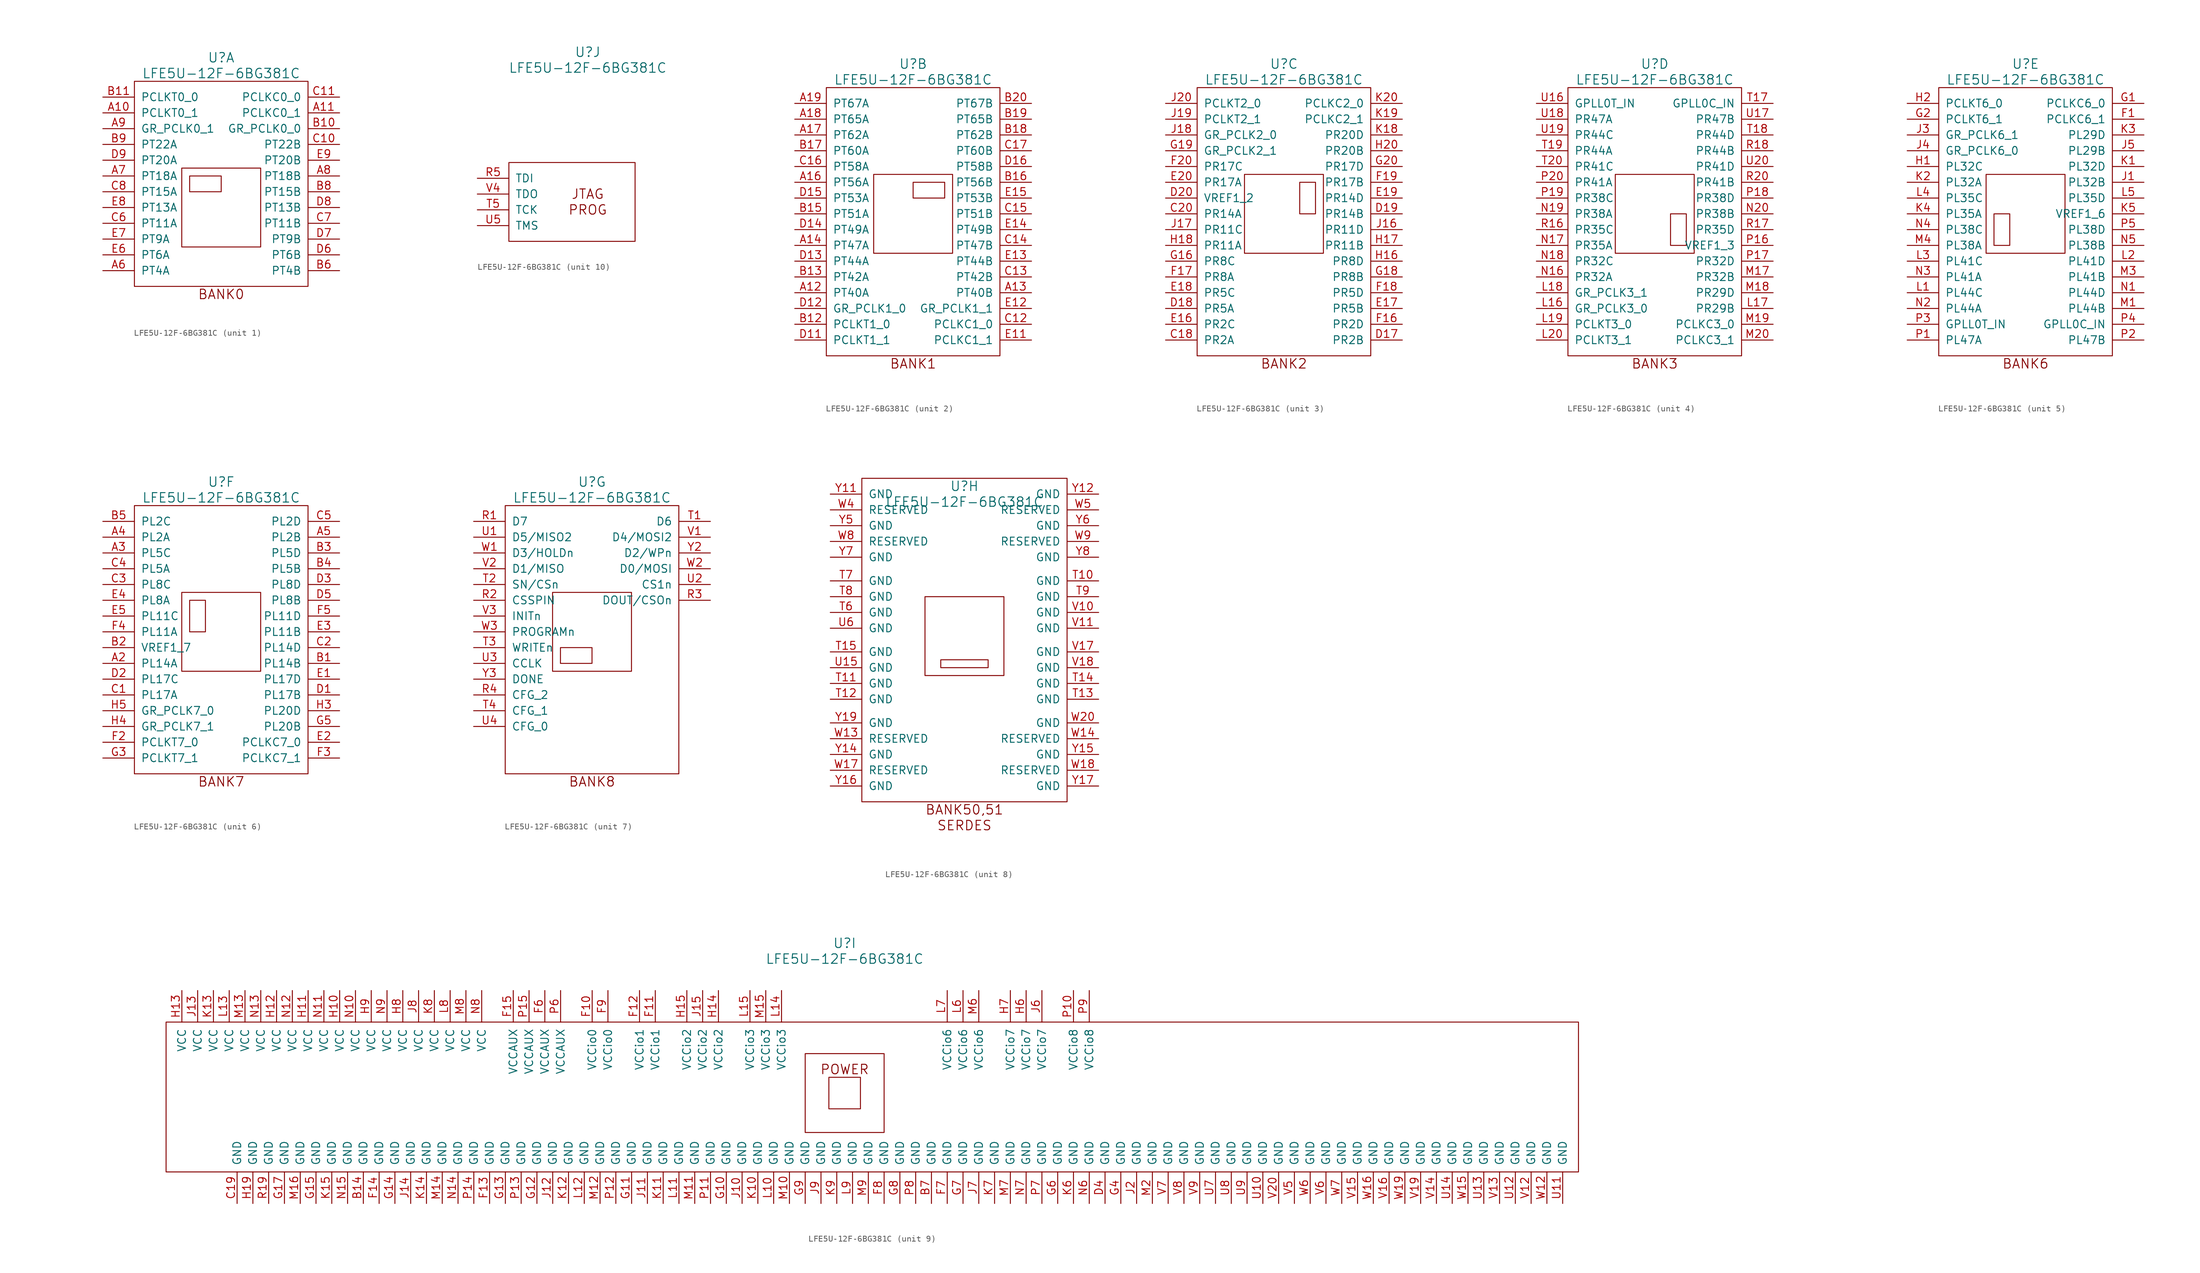
<source format=kicad_sym>
(kicad_symbol_lib
  (version 20241209)
  (generator "kicad_symbol_editor")
  (generator_version "9.0")
  (symbol "LFE5U-12F-6BG381C"
    (pin_names
      (offset 1.016))
    (property "Reference" "U"
      (at 0 24.13 0)
      (effects (font (size 1.524 1.524))))
    (property "Value" "LFE5U-12F-6BG381C"
      (at 0 21.59 0)
      (effects (font (size 1.524 1.524))))
    (property "Footprint" ""
      (at -26.67 24.13 0)
      (effects (font (size 1.524 1.524))))
    (property "Datasheet" ""
      (at -26.67 24.13 0)
      (effects (font (size 1.524 1.524))))
    (property "ki_locked" ""
      (at 0 0 0)
      (effects (font (size 1.27 1.27))))
    (symbol "LFE5U-12F-6BG381C_1_1"
      (rectangle (start -13.97 20.32) (end 13.97 -12.7) (stroke (width 0) (type solid)) (fill (type none)))
      (rectangle (start -6.35 6.35) (end 6.35 -6.35) (stroke (width 0) (type solid)) (fill (type none)))
      (rectangle (start -5.08 5.08) (end 0 2.54) (stroke (width 0) (type solid)) (fill (type none)))
      (text "BANK0" (at 0 -13.97 0) (effects (font (size 1.524 1.524))))
      (pin input line (at -19.05 17.78 0) (length 5.08) (name "PCLKT0_0" (effects (font (size 1.27 1.27)))) (number "B11" (effects (font (size 1.27 1.27)))))
      (pin input line (at -19.05 15.24 0) (length 5.08) (name "PCLKT0_1" (effects (font (size 1.27 1.27)))) (number "A10" (effects (font (size 1.27 1.27)))))
      (pin input line (at -19.05 12.7 0) (length 5.08) (name "GR_PCLK0_1" (effects (font (size 1.27 1.27)))) (number "A9" (effects (font (size 1.27 1.27)))))
      (pin input line (at -19.05 10.16 0) (length 5.08) (name "PT22A" (effects (font (size 1.27 1.27)))) (number "B9" (effects (font (size 1.27 1.27)))))
      (pin input line (at -19.05 7.62 0) (length 5.08) (name "PT20A" (effects (font (size 1.27 1.27)))) (number "D9" (effects (font (size 1.27 1.27)))))
      (pin input line (at -19.05 5.08 0) (length 5.08) (name "PT18A" (effects (font (size 1.27 1.27)))) (number "A7" (effects (font (size 1.27 1.27)))))
      (pin input line (at -19.05 2.54 0) (length 5.08) (name "PT15A" (effects (font (size 1.27 1.27)))) (number "C8" (effects (font (size 1.27 1.27)))))
      (pin input line (at -19.05 0 0) (length 5.08) (name "PT13A" (effects (font (size 1.27 1.27)))) (number "E8" (effects (font (size 1.27 1.27)))))
      (pin input line (at -19.05 -2.54 0) (length 5.08) (name "PT11A" (effects (font (size 1.27 1.27)))) (number "C6" (effects (font (size 1.27 1.27)))))
      (pin input line (at -19.05 -5.08 0) (length 5.08) (name "PT9A" (effects (font (size 1.27 1.27)))) (number "E7" (effects (font (size 1.27 1.27)))))
      (pin input line (at -19.05 -7.62 0) (length 5.08) (name "PT6A" (effects (font (size 1.27 1.27)))) (number "E6" (effects (font (size 1.27 1.27)))))
      (pin input line (at -19.05 -10.16 0) (length 5.08) (name "PT4A" (effects (font (size 1.27 1.27)))) (number "A6" (effects (font (size 1.27 1.27)))))
      (pin input line (at 19.05 17.78 180) (length 5.08) (name "PCLKC0_0" (effects (font (size 1.27 1.27)))) (number "C11" (effects (font (size 1.27 1.27)))))
      (pin input line (at 19.05 15.24 180) (length 5.08) (name "PCLKC0_1" (effects (font (size 1.27 1.27)))) (number "A11" (effects (font (size 1.27 1.27)))))
      (pin input line (at 19.05 12.7 180) (length 5.08) (name "GR_PCLK0_0" (effects (font (size 1.27 1.27)))) (number "B10" (effects (font (size 1.27 1.27)))))
      (pin input line (at 19.05 10.16 180) (length 5.08) (name "PT22B" (effects (font (size 1.27 1.27)))) (number "C10" (effects (font (size 1.27 1.27)))))
      (pin input line (at 19.05 7.62 180) (length 5.08) (name "PT20B" (effects (font (size 1.27 1.27)))) (number "E9" (effects (font (size 1.27 1.27)))))
      (pin input line (at 19.05 5.08 180) (length 5.08) (name "PT18B" (effects (font (size 1.27 1.27)))) (number "A8" (effects (font (size 1.27 1.27)))))
      (pin input line (at 19.05 2.54 180) (length 5.08) (name "PT15B" (effects (font (size 1.27 1.27)))) (number "B8" (effects (font (size 1.27 1.27)))))
      (pin input line (at 19.05 0 180) (length 5.08) (name "PT13B" (effects (font (size 1.27 1.27)))) (number "D8" (effects (font (size 1.27 1.27)))))
      (pin input line (at 19.05 -2.54 180) (length 5.08) (name "PT11B" (effects (font (size 1.27 1.27)))) (number "C7" (effects (font (size 1.27 1.27)))))
      (pin input line (at 19.05 -5.08 180) (length 5.08) (name "PT9B" (effects (font (size 1.27 1.27)))) (number "D7" (effects (font (size 1.27 1.27)))))
      (pin input line (at 19.05 -7.62 180) (length 5.08) (name "PT6B" (effects (font (size 1.27 1.27)))) (number "D6" (effects (font (size 1.27 1.27)))))
      (pin input line (at 19.05 -10.16 180) (length 5.08) (name "PT4B" (effects (font (size 1.27 1.27)))) (number "B6" (effects (font (size 1.27 1.27))))))
    (symbol "LFE5U-12F-6BG381C_2_0"
      (text "BANK1" (at 0 -24.13 0) (effects (font (size 1.524 1.524)))))
    (symbol "LFE5U-12F-6BG381C_2_1"
      (rectangle (start -13.97 20.32) (end 13.97 -22.86) (stroke (width 0) (type solid)) (fill (type none)))
      (rectangle (start -6.35 6.35) (end 6.35 -6.35) (stroke (width 0) (type solid)) (fill (type none)))
      (rectangle (start 0 5.08) (end 5.08 2.54) (stroke (width 0) (type solid)) (fill (type none)))
      (pin input line (at -19.05 17.78 0) (length 5.08) (name "PT67A" (effects (font (size 1.27 1.27)))) (number "A19" (effects (font (size 1.27 1.27)))))
      (pin input line (at -19.05 15.24 0) (length 5.08) (name "PT65A" (effects (font (size 1.27 1.27)))) (number "A18" (effects (font (size 1.27 1.27)))))
      (pin input line (at -19.05 12.7 0) (length 5.08) (name "PT62A" (effects (font (size 1.27 1.27)))) (number "A17" (effects (font (size 1.27 1.27)))))
      (pin input line (at -19.05 10.16 0) (length 5.08) (name "PT60A" (effects (font (size 1.27 1.27)))) (number "B17" (effects (font (size 1.27 1.27)))))
      (pin input line (at -19.05 7.62 0) (length 5.08) (name "PT58A" (effects (font (size 1.27 1.27)))) (number "C16" (effects (font (size 1.27 1.27)))))
      (pin input line (at -19.05 5.08 0) (length 5.08) (name "PT56A" (effects (font (size 1.27 1.27)))) (number "A16" (effects (font (size 1.27 1.27)))))
      (pin input line (at -19.05 2.54 0) (length 5.08) (name "PT53A" (effects (font (size 1.27 1.27)))) (number "D15" (effects (font (size 1.27 1.27)))))
      (pin input line (at -19.05 0 0) (length 5.08) (name "PT51A" (effects (font (size 1.27 1.27)))) (number "B15" (effects (font (size 1.27 1.27)))))
      (pin input line (at -19.05 -2.54 0) (length 5.08) (name "PT49A" (effects (font (size 1.27 1.27)))) (number "D14" (effects (font (size 1.27 1.27)))))
      (pin input line (at -19.05 -5.08 0) (length 5.08) (name "PT47A" (effects (font (size 1.27 1.27)))) (number "A14" (effects (font (size 1.27 1.27)))))
      (pin input line (at -19.05 -7.62 0) (length 5.08) (name "PT44A" (effects (font (size 1.27 1.27)))) (number "D13" (effects (font (size 1.27 1.27)))))
      (pin input line (at -19.05 -10.16 0) (length 5.08) (name "PT42A" (effects (font (size 1.27 1.27)))) (number "B13" (effects (font (size 1.27 1.27)))))
      (pin input line (at -19.05 -12.7 0) (length 5.08) (name "PT40A" (effects (font (size 1.27 1.27)))) (number "A12" (effects (font (size 1.27 1.27)))))
      (pin input line (at -19.05 -15.24 0) (length 5.08) (name "GR_PCLK1_0" (effects (font (size 1.27 1.27)))) (number "D12" (effects (font (size 1.27 1.27)))))
      (pin input line (at -19.05 -17.78 0) (length 5.08) (name "PCLKT1_0" (effects (font (size 1.27 1.27)))) (number "B12" (effects (font (size 1.27 1.27)))))
      (pin input line (at -19.05 -20.32 0) (length 5.08) (name "PCLKT1_1" (effects (font (size 1.27 1.27)))) (number "D11" (effects (font (size 1.27 1.27)))))
      (pin input line (at 19.05 17.78 180) (length 5.08) (name "PT67B" (effects (font (size 1.27 1.27)))) (number "B20" (effects (font (size 1.27 1.27)))))
      (pin input line (at 19.05 15.24 180) (length 5.08) (name "PT65B" (effects (font (size 1.27 1.27)))) (number "B19" (effects (font (size 1.27 1.27)))))
      (pin input line (at 19.05 12.7 180) (length 5.08) (name "PT62B" (effects (font (size 1.27 1.27)))) (number "B18" (effects (font (size 1.27 1.27)))))
      (pin input line (at 19.05 10.16 180) (length 5.08) (name "PT60B" (effects (font (size 1.27 1.27)))) (number "C17" (effects (font (size 1.27 1.27)))))
      (pin input line (at 19.05 7.62 180) (length 5.08) (name "PT58B" (effects (font (size 1.27 1.27)))) (number "D16" (effects (font (size 1.27 1.27)))))
      (pin input line (at 19.05 5.08 180) (length 5.08) (name "PT56B" (effects (font (size 1.27 1.27)))) (number "B16" (effects (font (size 1.27 1.27)))))
      (pin input line (at 19.05 2.54 180) (length 5.08) (name "PT53B" (effects (font (size 1.27 1.27)))) (number "E15" (effects (font (size 1.27 1.27)))))
      (pin input line (at 19.05 0 180) (length 5.08) (name "PT51B" (effects (font (size 1.27 1.27)))) (number "C15" (effects (font (size 1.27 1.27)))))
      (pin input line (at 19.05 -2.54 180) (length 5.08) (name "PT49B" (effects (font (size 1.27 1.27)))) (number "E14" (effects (font (size 1.27 1.27)))))
      (pin input line (at 19.05 -5.08 180) (length 5.08) (name "PT47B" (effects (font (size 1.27 1.27)))) (number "C14" (effects (font (size 1.27 1.27)))))
      (pin input line (at 19.05 -7.62 180) (length 5.08) (name "PT44B" (effects (font (size 1.27 1.27)))) (number "E13" (effects (font (size 1.27 1.27)))))
      (pin input line (at 19.05 -10.16 180) (length 5.08) (name "PT42B" (effects (font (size 1.27 1.27)))) (number "C13" (effects (font (size 1.27 1.27)))))
      (pin input line (at 19.05 -12.7 180) (length 5.08) (name "PT40B" (effects (font (size 1.27 1.27)))) (number "A13" (effects (font (size 1.27 1.27)))))
      (pin input line (at 19.05 -15.24 180) (length 5.08) (name "GR_PCLK1_1" (effects (font (size 1.27 1.27)))) (number "E12" (effects (font (size 1.27 1.27)))))
      (pin input line (at 19.05 -17.78 180) (length 5.08) (name "PCLKC1_0" (effects (font (size 1.27 1.27)))) (number "C12" (effects (font (size 1.27 1.27)))))
      (pin input line (at 19.05 -20.32 180) (length 5.08) (name "PCLKC1_1" (effects (font (size 1.27 1.27)))) (number "E11" (effects (font (size 1.27 1.27))))))
    (symbol "LFE5U-12F-6BG381C_3_0"
      (text "BANK2" (at 0 -24.13 0) (effects (font (size 1.524 1.524)))))
    (symbol "LFE5U-12F-6BG381C_3_1"
      (rectangle (start -13.97 20.32) (end 13.97 -22.86) (stroke (width 0) (type solid)) (fill (type none)))
      (rectangle (start -6.35 6.35) (end 6.35 -6.35) (stroke (width 0) (type solid)) (fill (type none)))
      (rectangle (start 5.08 5.08) (end 2.54 0) (stroke (width 0) (type solid)) (fill (type none)))
      (pin input line (at -19.05 17.78 0) (length 5.08) (name "PCLKT2_0" (effects (font (size 1.27 1.27)))) (number "J20" (effects (font (size 1.27 1.27)))))
      (pin input line (at -19.05 15.24 0) (length 5.08) (name "PCLKT2_1" (effects (font (size 1.27 1.27)))) (number "J19" (effects (font (size 1.27 1.27)))))
      (pin input line (at -19.05 12.7 0) (length 5.08) (name "GR_PCLK2_0" (effects (font (size 1.27 1.27)))) (number "J18" (effects (font (size 1.27 1.27)))))
      (pin input line (at -19.05 10.16 0) (length 5.08) (name "GR_PCLK2_1" (effects (font (size 1.27 1.27)))) (number "G19" (effects (font (size 1.27 1.27)))))
      (pin input line (at -19.05 7.62 0) (length 5.08) (name "PR17C" (effects (font (size 1.27 1.27)))) (number "F20" (effects (font (size 1.27 1.27)))))
      (pin input line (at -19.05 5.08 0) (length 5.08) (name "PR17A" (effects (font (size 1.27 1.27)))) (number "E20" (effects (font (size 1.27 1.27)))))
      (pin input line (at -19.05 2.54 0) (length 5.08) (name "VREF1_2" (effects (font (size 1.27 1.27)))) (number "D20" (effects (font (size 1.27 1.27)))))
      (pin input line (at -19.05 0 0) (length 5.08) (name "PR14A" (effects (font (size 1.27 1.27)))) (number "C20" (effects (font (size 1.27 1.27)))))
      (pin input line (at -19.05 -2.54 0) (length 5.08) (name "PR11C" (effects (font (size 1.27 1.27)))) (number "J17" (effects (font (size 1.27 1.27)))))
      (pin input line (at -19.05 -5.08 0) (length 5.08) (name "PR11A" (effects (font (size 1.27 1.27)))) (number "H18" (effects (font (size 1.27 1.27)))))
      (pin input line (at -19.05 -7.62 0) (length 5.08) (name "PR8C" (effects (font (size 1.27 1.27)))) (number "G16" (effects (font (size 1.27 1.27)))))
      (pin input line (at -19.05 -10.16 0) (length 5.08) (name "PR8A" (effects (font (size 1.27 1.27)))) (number "F17" (effects (font (size 1.27 1.27)))))
      (pin input line (at -19.05 -12.7 0) (length 5.08) (name "PR5C" (effects (font (size 1.27 1.27)))) (number "E18" (effects (font (size 1.27 1.27)))))
      (pin input line (at -19.05 -15.24 0) (length 5.08) (name "PR5A" (effects (font (size 1.27 1.27)))) (number "D18" (effects (font (size 1.27 1.27)))))
      (pin input line (at -19.05 -17.78 0) (length 5.08) (name "PR2C" (effects (font (size 1.27 1.27)))) (number "E16" (effects (font (size 1.27 1.27)))))
      (pin input line (at -19.05 -20.32 0) (length 5.08) (name "PR2A" (effects (font (size 1.27 1.27)))) (number "C18" (effects (font (size 1.27 1.27)))))
      (pin input line (at 19.05 17.78 180) (length 5.08) (name "PCLKC2_0" (effects (font (size 1.27 1.27)))) (number "K20" (effects (font (size 1.27 1.27)))))
      (pin input line (at 19.05 15.24 180) (length 5.08) (name "PCLKC2_1" (effects (font (size 1.27 1.27)))) (number "K19" (effects (font (size 1.27 1.27)))))
      (pin input line (at 19.05 12.7 180) (length 5.08) (name "PR20D" (effects (font (size 1.27 1.27)))) (number "K18" (effects (font (size 1.27 1.27)))))
      (pin input line (at 19.05 10.16 180) (length 5.08) (name "PR20B" (effects (font (size 1.27 1.27)))) (number "H20" (effects (font (size 1.27 1.27)))))
      (pin input line (at 19.05 7.62 180) (length 5.08) (name "PR17D" (effects (font (size 1.27 1.27)))) (number "G20" (effects (font (size 1.27 1.27)))))
      (pin input line (at 19.05 5.08 180) (length 5.08) (name "PR17B" (effects (font (size 1.27 1.27)))) (number "F19" (effects (font (size 1.27 1.27)))))
      (pin input line (at 19.05 2.54 180) (length 5.08) (name "PR14D" (effects (font (size 1.27 1.27)))) (number "E19" (effects (font (size 1.27 1.27)))))
      (pin input line (at 19.05 0 180) (length 5.08) (name "PR14B" (effects (font (size 1.27 1.27)))) (number "D19" (effects (font (size 1.27 1.27)))))
      (pin input line (at 19.05 -2.54 180) (length 5.08) (name "PR11D" (effects (font (size 1.27 1.27)))) (number "J16" (effects (font (size 1.27 1.27)))))
      (pin input line (at 19.05 -5.08 180) (length 5.08) (name "PR11B" (effects (font (size 1.27 1.27)))) (number "H17" (effects (font (size 1.27 1.27)))))
      (pin input line (at 19.05 -7.62 180) (length 5.08) (name "PR8D" (effects (font (size 1.27 1.27)))) (number "H16" (effects (font (size 1.27 1.27)))))
      (pin input line (at 19.05 -10.16 180) (length 5.08) (name "PR8B" (effects (font (size 1.27 1.27)))) (number "G18" (effects (font (size 1.27 1.27)))))
      (pin input line (at 19.05 -12.7 180) (length 5.08) (name "PR5D" (effects (font (size 1.27 1.27)))) (number "F18" (effects (font (size 1.27 1.27)))))
      (pin input line (at 19.05 -15.24 180) (length 5.08) (name "PR5B" (effects (font (size 1.27 1.27)))) (number "E17" (effects (font (size 1.27 1.27)))))
      (pin input line (at 19.05 -17.78 180) (length 5.08) (name "PR2D" (effects (font (size 1.27 1.27)))) (number "F16" (effects (font (size 1.27 1.27)))))
      (pin input line (at 19.05 -20.32 180) (length 5.08) (name "PR2B" (effects (font (size 1.27 1.27)))) (number "D17" (effects (font (size 1.27 1.27))))))
    (symbol "LFE5U-12F-6BG381C_4_0"
      (text "BANK3" (at 0 -24.13 0) (effects (font (size 1.524 1.524)))))
    (symbol "LFE5U-12F-6BG381C_4_1"
      (rectangle (start -13.97 20.32) (end 13.97 -22.86) (stroke (width 0) (type solid)) (fill (type none)))
      (rectangle (start -6.35 6.35) (end 6.35 -6.35) (stroke (width 0) (type solid)) (fill (type none)))
      (rectangle (start 2.54 0) (end 5.08 -5.08) (stroke (width 0) (type solid)) (fill (type none)))
      (pin input line (at -19.05 17.78 0) (length 5.08) (name "GPLL0T_IN" (effects (font (size 1.27 1.27)))) (number "U16" (effects (font (size 1.27 1.27)))))
      (pin input line (at -19.05 15.24 0) (length 5.08) (name "PR47A" (effects (font (size 1.27 1.27)))) (number "U18" (effects (font (size 1.27 1.27)))))
      (pin input line (at -19.05 12.7 0) (length 5.08) (name "PR44C" (effects (font (size 1.27 1.27)))) (number "U19" (effects (font (size 1.27 1.27)))))
      (pin input line (at -19.05 10.16 0) (length 5.08) (name "PR44A" (effects (font (size 1.27 1.27)))) (number "T19" (effects (font (size 1.27 1.27)))))
      (pin input line (at -19.05 7.62 0) (length 5.08) (name "PR41C" (effects (font (size 1.27 1.27)))) (number "T20" (effects (font (size 1.27 1.27)))))
      (pin input line (at -19.05 5.08 0) (length 5.08) (name "PR41A" (effects (font (size 1.27 1.27)))) (number "P20" (effects (font (size 1.27 1.27)))))
      (pin input line (at -19.05 2.54 0) (length 5.08) (name "PR38C" (effects (font (size 1.27 1.27)))) (number "P19" (effects (font (size 1.27 1.27)))))
      (pin input line (at -19.05 0 0) (length 5.08) (name "PR38A" (effects (font (size 1.27 1.27)))) (number "N19" (effects (font (size 1.27 1.27)))))
      (pin input line (at -19.05 -2.54 0) (length 5.08) (name "PR35C" (effects (font (size 1.27 1.27)))) (number "R16" (effects (font (size 1.27 1.27)))))
      (pin input line (at -19.05 -5.08 0) (length 5.08) (name "PR35A" (effects (font (size 1.27 1.27)))) (number "N17" (effects (font (size 1.27 1.27)))))
      (pin input line (at -19.05 -7.62 0) (length 5.08) (name "PR32C" (effects (font (size 1.27 1.27)))) (number "N18" (effects (font (size 1.27 1.27)))))
      (pin input line (at -19.05 -10.16 0) (length 5.08) (name "PR32A" (effects (font (size 1.27 1.27)))) (number "N16" (effects (font (size 1.27 1.27)))))
      (pin input line (at -19.05 -12.7 0) (length 5.08) (name "GR_PCLK3_1" (effects (font (size 1.27 1.27)))) (number "L18" (effects (font (size 1.27 1.27)))))
      (pin input line (at -19.05 -15.24 0) (length 5.08) (name "GR_PCLK3_0" (effects (font (size 1.27 1.27)))) (number "L16" (effects (font (size 1.27 1.27)))))
      (pin input line (at -19.05 -17.78 0) (length 5.08) (name "PCLKT3_0" (effects (font (size 1.27 1.27)))) (number "L19" (effects (font (size 1.27 1.27)))))
      (pin input line (at -19.05 -20.32 0) (length 5.08) (name "PCLKT3_1" (effects (font (size 1.27 1.27)))) (number "L20" (effects (font (size 1.27 1.27)))))
      (pin input line (at 19.05 17.78 180) (length 5.08) (name "GPLL0C_IN" (effects (font (size 1.27 1.27)))) (number "T17" (effects (font (size 1.27 1.27)))))
      (pin input line (at 19.05 15.24 180) (length 5.08) (name "PR47B" (effects (font (size 1.27 1.27)))) (number "U17" (effects (font (size 1.27 1.27)))))
      (pin input line (at 19.05 12.7 180) (length 5.08) (name "PR44D" (effects (font (size 1.27 1.27)))) (number "T18" (effects (font (size 1.27 1.27)))))
      (pin input line (at 19.05 10.16 180) (length 5.08) (name "PR44B" (effects (font (size 1.27 1.27)))) (number "R18" (effects (font (size 1.27 1.27)))))
      (pin input line (at 19.05 7.62 180) (length 5.08) (name "PR41D" (effects (font (size 1.27 1.27)))) (number "U20" (effects (font (size 1.27 1.27)))))
      (pin input line (at 19.05 5.08 180) (length 5.08) (name "PR41B" (effects (font (size 1.27 1.27)))) (number "R20" (effects (font (size 1.27 1.27)))))
      (pin input line (at 19.05 2.54 180) (length 5.08) (name "PR38D" (effects (font (size 1.27 1.27)))) (number "P18" (effects (font (size 1.27 1.27)))))
      (pin input line (at 19.05 0 180) (length 5.08) (name "PR38B" (effects (font (size 1.27 1.27)))) (number "N20" (effects (font (size 1.27 1.27)))))
      (pin input line (at 19.05 -2.54 180) (length 5.08) (name "PR35D" (effects (font (size 1.27 1.27)))) (number "R17" (effects (font (size 1.27 1.27)))))
      (pin input line (at 19.05 -5.08 180) (length 5.08) (name "VREF1_3" (effects (font (size 1.27 1.27)))) (number "P16" (effects (font (size 1.27 1.27)))))
      (pin input line (at 19.05 -7.62 180) (length 5.08) (name "PR32D" (effects (font (size 1.27 1.27)))) (number "P17" (effects (font (size 1.27 1.27)))))
      (pin input line (at 19.05 -10.16 180) (length 5.08) (name "PR32B" (effects (font (size 1.27 1.27)))) (number "M17" (effects (font (size 1.27 1.27)))))
      (pin input line (at 19.05 -12.7 180) (length 5.08) (name "PR29D" (effects (font (size 1.27 1.27)))) (number "M18" (effects (font (size 1.27 1.27)))))
      (pin input line (at 19.05 -15.24 180) (length 5.08) (name "PR29B" (effects (font (size 1.27 1.27)))) (number "L17" (effects (font (size 1.27 1.27)))))
      (pin input line (at 19.05 -17.78 180) (length 5.08) (name "PCLKC3_0" (effects (font (size 1.27 1.27)))) (number "M19" (effects (font (size 1.27 1.27)))))
      (pin input line (at 19.05 -20.32 180) (length 5.08) (name "PCLKC3_1" (effects (font (size 1.27 1.27)))) (number "M20" (effects (font (size 1.27 1.27))))))
    (symbol "LFE5U-12F-6BG381C_5_0"
      (text "BANK6" (at 0 -24.13 0) (effects (font (size 1.524 1.524)))))
    (symbol "LFE5U-12F-6BG381C_5_1"
      (rectangle (start -13.97 20.32) (end 13.97 -22.86) (stroke (width 0) (type solid)) (fill (type none)))
      (rectangle (start -6.35 6.35) (end 6.35 -6.35) (stroke (width 0) (type solid)) (fill (type none)))
      (rectangle (start -5.08 0) (end -2.54 -5.08) (stroke (width 0) (type solid)) (fill (type none)))
      (pin input line (at -19.05 17.78 0) (length 5.08) (name "PCLKT6_0" (effects (font (size 1.27 1.27)))) (number "H2" (effects (font (size 1.27 1.27)))))
      (pin input line (at -19.05 15.24 0) (length 5.08) (name "PCLKT6_1" (effects (font (size 1.27 1.27)))) (number "G2" (effects (font (size 1.27 1.27)))))
      (pin input line (at -19.05 12.7 0) (length 5.08) (name "GR_PCLK6_1" (effects (font (size 1.27 1.27)))) (number "J3" (effects (font (size 1.27 1.27)))))
      (pin input line (at -19.05 10.16 0) (length 5.08) (name "GR_PCLK6_0" (effects (font (size 1.27 1.27)))) (number "J4" (effects (font (size 1.27 1.27)))))
      (pin input line (at -19.05 7.62 0) (length 5.08) (name "PL32C" (effects (font (size 1.27 1.27)))) (number "H1" (effects (font (size 1.27 1.27)))))
      (pin input line (at -19.05 5.08 0) (length 5.08) (name "PL32A" (effects (font (size 1.27 1.27)))) (number "K2" (effects (font (size 1.27 1.27)))))
      (pin input line (at -19.05 2.54 0) (length 5.08) (name "PL35C" (effects (font (size 1.27 1.27)))) (number "L4" (effects (font (size 1.27 1.27)))))
      (pin input line (at -19.05 0 0) (length 5.08) (name "PL35A" (effects (font (size 1.27 1.27)))) (number "K4" (effects (font (size 1.27 1.27)))))
      (pin input line (at -19.05 -2.54 0) (length 5.08) (name "PL38C" (effects (font (size 1.27 1.27)))) (number "N4" (effects (font (size 1.27 1.27)))))
      (pin input line (at -19.05 -5.08 0) (length 5.08) (name "PL38A" (effects (font (size 1.27 1.27)))) (number "M4" (effects (font (size 1.27 1.27)))))
      (pin input line (at -19.05 -7.62 0) (length 5.08) (name "PL41C" (effects (font (size 1.27 1.27)))) (number "L3" (effects (font (size 1.27 1.27)))))
      (pin input line (at -19.05 -10.16 0) (length 5.08) (name "PL41A" (effects (font (size 1.27 1.27)))) (number "N3" (effects (font (size 1.27 1.27)))))
      (pin input line (at -19.05 -12.7 0) (length 5.08) (name "PL44C" (effects (font (size 1.27 1.27)))) (number "L1" (effects (font (size 1.27 1.27)))))
      (pin input line (at -19.05 -15.24 0) (length 5.08) (name "PL44A" (effects (font (size 1.27 1.27)))) (number "N2" (effects (font (size 1.27 1.27)))))
      (pin input line (at -19.05 -17.78 0) (length 5.08) (name "GPLL0T_IN" (effects (font (size 1.27 1.27)))) (number "P3" (effects (font (size 1.27 1.27)))))
      (pin input line (at -19.05 -20.32 0) (length 5.08) (name "PL47A" (effects (font (size 1.27 1.27)))) (number "P1" (effects (font (size 1.27 1.27)))))
      (pin input line (at 19.05 17.78 180) (length 5.08) (name "PCLKC6_0" (effects (font (size 1.27 1.27)))) (number "G1" (effects (font (size 1.27 1.27)))))
      (pin input line (at 19.05 15.24 180) (length 5.08) (name "PCLKC6_1" (effects (font (size 1.27 1.27)))) (number "F1" (effects (font (size 1.27 1.27)))))
      (pin input line (at 19.05 12.7 180) (length 5.08) (name "PL29D" (effects (font (size 1.27 1.27)))) (number "K3" (effects (font (size 1.27 1.27)))))
      (pin input line (at 19.05 10.16 180) (length 5.08) (name "PL29B" (effects (font (size 1.27 1.27)))) (number "J5" (effects (font (size 1.27 1.27)))))
      (pin input line (at 19.05 7.62 180) (length 5.08) (name "PL32D" (effects (font (size 1.27 1.27)))) (number "K1" (effects (font (size 1.27 1.27)))))
      (pin input line (at 19.05 5.08 180) (length 5.08) (name "PL32B" (effects (font (size 1.27 1.27)))) (number "J1" (effects (font (size 1.27 1.27)))))
      (pin input line (at 19.05 2.54 180) (length 5.08) (name "PL35D" (effects (font (size 1.27 1.27)))) (number "L5" (effects (font (size 1.27 1.27)))))
      (pin input line (at 19.05 0 180) (length 5.08) (name "VREF1_6" (effects (font (size 1.27 1.27)))) (number "K5" (effects (font (size 1.27 1.27)))))
      (pin input line (at 19.05 -2.54 180) (length 5.08) (name "PL38D" (effects (font (size 1.27 1.27)))) (number "P5" (effects (font (size 1.27 1.27)))))
      (pin input line (at 19.05 -5.08 180) (length 5.08) (name "PL38B" (effects (font (size 1.27 1.27)))) (number "N5" (effects (font (size 1.27 1.27)))))
      (pin input line (at 19.05 -7.62 180) (length 5.08) (name "PL41D" (effects (font (size 1.27 1.27)))) (number "L2" (effects (font (size 1.27 1.27)))))
      (pin input line (at 19.05 -10.16 180) (length 5.08) (name "PL41B" (effects (font (size 1.27 1.27)))) (number "M3" (effects (font (size 1.27 1.27)))))
      (pin input line (at 19.05 -12.7 180) (length 5.08) (name "PL44D" (effects (font (size 1.27 1.27)))) (number "N1" (effects (font (size 1.27 1.27)))))
      (pin input line (at 19.05 -15.24 180) (length 5.08) (name "PL44B" (effects (font (size 1.27 1.27)))) (number "M1" (effects (font (size 1.27 1.27)))))
      (pin input line (at 19.05 -17.78 180) (length 5.08) (name "GPLL0C_IN" (effects (font (size 1.27 1.27)))) (number "P4" (effects (font (size 1.27 1.27)))))
      (pin input line (at 19.05 -20.32 180) (length 5.08) (name "PL47B" (effects (font (size 1.27 1.27)))) (number "P2" (effects (font (size 1.27 1.27))))))
    (symbol "LFE5U-12F-6BG381C_6_0"
      (text "BANK7" (at 0 -24.13 0) (effects (font (size 1.524 1.524)))))
    (symbol "LFE5U-12F-6BG381C_6_1"
      (rectangle (start -13.97 20.32) (end 13.97 -22.86) (stroke (width 0) (type solid)) (fill (type none)))
      (rectangle (start -6.35 6.35) (end 6.35 -6.35) (stroke (width 0) (type solid)) (fill (type none)))
      (rectangle (start -5.08 5.08) (end -2.54 0) (stroke (width 0) (type solid)) (fill (type none)))
      (pin input line (at -19.05 17.78 0) (length 5.08) (name "PL2C" (effects (font (size 1.27 1.27)))) (number "B5" (effects (font (size 1.27 1.27)))))
      (pin input line (at -19.05 15.24 0) (length 5.08) (name "PL2A" (effects (font (size 1.27 1.27)))) (number "A4" (effects (font (size 1.27 1.27)))))
      (pin input line (at -19.05 12.7 0) (length 5.08) (name "PL5C" (effects (font (size 1.27 1.27)))) (number "A3" (effects (font (size 1.27 1.27)))))
      (pin input line (at -19.05 10.16 0) (length 5.08) (name "PL5A" (effects (font (size 1.27 1.27)))) (number "C4" (effects (font (size 1.27 1.27)))))
      (pin input line (at -19.05 7.62 0) (length 5.08) (name "PL8C" (effects (font (size 1.27 1.27)))) (number "C3" (effects (font (size 1.27 1.27)))))
      (pin input line (at -19.05 5.08 0) (length 5.08) (name "PL8A" (effects (font (size 1.27 1.27)))) (number "E4" (effects (font (size 1.27 1.27)))))
      (pin input line (at -19.05 2.54 0) (length 5.08) (name "PL11C" (effects (font (size 1.27 1.27)))) (number "E5" (effects (font (size 1.27 1.27)))))
      (pin input line (at -19.05 0 0) (length 5.08) (name "PL11A" (effects (font (size 1.27 1.27)))) (number "F4" (effects (font (size 1.27 1.27)))))
      (pin input line (at -19.05 -2.54 0) (length 5.08) (name "VREF1_7" (effects (font (size 1.27 1.27)))) (number "B2" (effects (font (size 1.27 1.27)))))
      (pin input line (at -19.05 -5.08 0) (length 5.08) (name "PL14A" (effects (font (size 1.27 1.27)))) (number "A2" (effects (font (size 1.27 1.27)))))
      (pin input line (at -19.05 -7.62 0) (length 5.08) (name "PL17C" (effects (font (size 1.27 1.27)))) (number "D2" (effects (font (size 1.27 1.27)))))
      (pin input line (at -19.05 -10.16 0) (length 5.08) (name "PL17A" (effects (font (size 1.27 1.27)))) (number "C1" (effects (font (size 1.27 1.27)))))
      (pin input line (at -19.05 -12.7 0) (length 5.08) (name "GR_PCLK7_0" (effects (font (size 1.27 1.27)))) (number "H5" (effects (font (size 1.27 1.27)))))
      (pin input line (at -19.05 -15.24 0) (length 5.08) (name "GR_PCLK7_1" (effects (font (size 1.27 1.27)))) (number "H4" (effects (font (size 1.27 1.27)))))
      (pin input line (at -19.05 -17.78 0) (length 5.08) (name "PCLKT7_0" (effects (font (size 1.27 1.27)))) (number "F2" (effects (font (size 1.27 1.27)))))
      (pin input line (at -19.05 -20.32 0) (length 5.08) (name "PCLKT7_1" (effects (font (size 1.27 1.27)))) (number "G3" (effects (font (size 1.27 1.27)))))
      (pin input line (at 19.05 17.78 180) (length 5.08) (name "PL2D" (effects (font (size 1.27 1.27)))) (number "C5" (effects (font (size 1.27 1.27)))))
      (pin input line (at 19.05 15.24 180) (length 5.08) (name "PL2B" (effects (font (size 1.27 1.27)))) (number "A5" (effects (font (size 1.27 1.27)))))
      (pin input line (at 19.05 12.7 180) (length 5.08) (name "PL5D" (effects (font (size 1.27 1.27)))) (number "B3" (effects (font (size 1.27 1.27)))))
      (pin input line (at 19.05 10.16 180) (length 5.08) (name "PL5B" (effects (font (size 1.27 1.27)))) (number "B4" (effects (font (size 1.27 1.27)))))
      (pin input line (at 19.05 7.62 180) (length 5.08) (name "PL8D" (effects (font (size 1.27 1.27)))) (number "D3" (effects (font (size 1.27 1.27)))))
      (pin input line (at 19.05 5.08 180) (length 5.08) (name "PL8B" (effects (font (size 1.27 1.27)))) (number "D5" (effects (font (size 1.27 1.27)))))
      (pin input line (at 19.05 2.54 180) (length 5.08) (name "PL11D" (effects (font (size 1.27 1.27)))) (number "F5" (effects (font (size 1.27 1.27)))))
      (pin input line (at 19.05 0 180) (length 5.08) (name "PL11B" (effects (font (size 1.27 1.27)))) (number "E3" (effects (font (size 1.27 1.27)))))
      (pin input line (at 19.05 -2.54 180) (length 5.08) (name "PL14D" (effects (font (size 1.27 1.27)))) (number "C2" (effects (font (size 1.27 1.27)))))
      (pin input line (at 19.05 -5.08 180) (length 5.08) (name "PL14B" (effects (font (size 1.27 1.27)))) (number "B1" (effects (font (size 1.27 1.27)))))
      (pin input line (at 19.05 -7.62 180) (length 5.08) (name "PL17D" (effects (font (size 1.27 1.27)))) (number "E1" (effects (font (size 1.27 1.27)))))
      (pin input line (at 19.05 -10.16 180) (length 5.08) (name "PL17B" (effects (font (size 1.27 1.27)))) (number "D1" (effects (font (size 1.27 1.27)))))
      (pin input line (at 19.05 -12.7 180) (length 5.08) (name "PL20D" (effects (font (size 1.27 1.27)))) (number "H3" (effects (font (size 1.27 1.27)))))
      (pin input line (at 19.05 -15.24 180) (length 5.08) (name "PL20B" (effects (font (size 1.27 1.27)))) (number "G5" (effects (font (size 1.27 1.27)))))
      (pin input line (at 19.05 -17.78 180) (length 5.08) (name "PCLKC7_0" (effects (font (size 1.27 1.27)))) (number "E2" (effects (font (size 1.27 1.27)))))
      (pin input line (at 19.05 -20.32 180) (length 5.08) (name "PCLKC7_1" (effects (font (size 1.27 1.27)))) (number "F3" (effects (font (size 1.27 1.27))))))
    (symbol "LFE5U-12F-6BG381C_7_0"
      (text "BANK8" (at 0 -24.13 0) (effects (font (size 1.524 1.524)))))
    (symbol "LFE5U-12F-6BG381C_7_1"
      (rectangle (start -13.97 20.32) (end 13.97 -22.86) (stroke (width 0) (type solid)) (fill (type none)))
      (rectangle (start -6.35 6.35) (end 6.35 -6.35) (stroke (width 0) (type solid)) (fill (type none)))
      (rectangle (start -5.08 -5.08) (end 0 -2.54) (stroke (width 0) (type solid)) (fill (type none)))
      (pin input line (at -19.05 17.78 0) (length 5.08) (name "D7" (effects (font (size 1.27 1.27)))) (number "R1" (effects (font (size 1.27 1.27)))))
      (pin input line (at -19.05 15.24 0) (length 5.08) (name "D5/MISO2" (effects (font (size 1.27 1.27)))) (number "U1" (effects (font (size 1.27 1.27)))))
      (pin input line (at -19.05 12.7 0) (length 5.08) (name "D3/HOLDn" (effects (font (size 1.27 1.27)))) (number "W1" (effects (font (size 1.27 1.27)))))
      (pin input line (at -19.05 10.16 0) (length 5.08) (name "D1/MISO" (effects (font (size 1.27 1.27)))) (number "V2" (effects (font (size 1.27 1.27)))))
      (pin input line (at -19.05 7.62 0) (length 5.08) (name "SN/CSn" (effects (font (size 1.27 1.27)))) (number "T2" (effects (font (size 1.27 1.27)))))
      (pin input line (at -19.05 5.08 0) (length 5.08) (name "CSSPIN" (effects (font (size 1.27 1.27)))) (number "R2" (effects (font (size 1.27 1.27)))))
      (pin input line (at -19.05 2.54 0) (length 5.08) (name "INITn" (effects (font (size 1.27 1.27)))) (number "V3" (effects (font (size 1.27 1.27)))))
      (pin input line (at -19.05 0 0) (length 5.08) (name "PROGRAMn" (effects (font (size 1.27 1.27)))) (number "W3" (effects (font (size 1.27 1.27)))))
      (pin input line (at -19.05 -2.54 0) (length 5.08) (name "WRITEn" (effects (font (size 1.27 1.27)))) (number "T3" (effects (font (size 1.27 1.27)))))
      (pin input line (at -19.05 -5.08 0) (length 5.08) (name "CCLK" (effects (font (size 1.27 1.27)))) (number "U3" (effects (font (size 1.27 1.27)))))
      (pin input line (at -19.05 -7.62 0) (length 5.08) (name "DONE" (effects (font (size 1.27 1.27)))) (number "Y3" (effects (font (size 1.27 1.27)))))
      (pin input line (at -19.05 -10.16 0) (length 5.08) (name "CFG_2" (effects (font (size 1.27 1.27)))) (number "R4" (effects (font (size 1.27 1.27)))))
      (pin input line (at -19.05 -12.7 0) (length 5.08) (name "CFG_1" (effects (font (size 1.27 1.27)))) (number "T4" (effects (font (size 1.27 1.27)))))
      (pin input line (at -19.05 -15.24 0) (length 5.08) (name "CFG_0" (effects (font (size 1.27 1.27)))) (number "U4" (effects (font (size 1.27 1.27)))))
      (pin input line (at 19.05 17.78 180) (length 5.08) (name "D6" (effects (font (size 1.27 1.27)))) (number "T1" (effects (font (size 1.27 1.27)))))
      (pin input line (at 19.05 15.24 180) (length 5.08) (name "D4/MOSI2" (effects (font (size 1.27 1.27)))) (number "V1" (effects (font (size 1.27 1.27)))))
      (pin input line (at 19.05 12.7 180) (length 5.08) (name "D2/WPn" (effects (font (size 1.27 1.27)))) (number "Y2" (effects (font (size 1.27 1.27)))))
      (pin input line (at 19.05 10.16 180) (length 5.08) (name "D0/MOSI" (effects (font (size 1.27 1.27)))) (number "W2" (effects (font (size 1.27 1.27)))))
      (pin input line (at 19.05 7.62 180) (length 5.08) (name "CS1n" (effects (font (size 1.27 1.27)))) (number "U2" (effects (font (size 1.27 1.27)))))
      (pin input line (at 19.05 5.08 180) (length 5.08) (name "DOUT/CSOn" (effects (font (size 1.27 1.27)))) (number "R3" (effects (font (size 1.27 1.27))))))
    (symbol "LFE5U-12F-6BG381C_8_0"
      (text "BANK50,51" (at 0 -27.94 0) (effects (font (size 1.524 1.524)))))
    (symbol "LFE5U-12F-6BG381C_8_1"
      (rectangle (start -16.51 25.4) (end 16.51 -26.67) (stroke (width 0) (type solid)) (fill (type none)))
      (rectangle (start -6.35 6.35) (end 6.35 -6.35) (stroke (width 0) (type solid)) (fill (type none)))
      (rectangle (start 3.81 -5.08) (end -3.81 -3.81) (stroke (width 0) (type solid)) (fill (type none)))
      (text "SERDES" (at 0 -30.48 0) (effects (font (size 1.524 1.524))))
      (pin input line (at -21.59 22.86 0) (length 5.08) (name "GND" (effects (font (size 1.27 1.27)))) (number "Y11" (effects (font (size 1.27 1.27)))))
      (pin input line (at -21.59 20.32 0) (length 5.08) (name "RESERVED" (effects (font (size 1.27 1.27)))) (number "W4" (effects (font (size 1.27 1.27)))))
      (pin input line (at -21.59 17.78 0) (length 5.08) (name "GND" (effects (font (size 1.27 1.27)))) (number "Y5" (effects (font (size 1.27 1.27)))))
      (pin input line (at -21.59 15.24 0) (length 5.08) (name "RESERVED" (effects (font (size 1.27 1.27)))) (number "W8" (effects (font (size 1.27 1.27)))))
      (pin input line (at -21.59 12.7 0) (length 5.08) (name "GND" (effects (font (size 1.27 1.27)))) (number "Y7" (effects (font (size 1.27 1.27)))))
      (pin input line (at -21.59 8.89 0) (length 5.08) (name "GND" (effects (font (size 1.27 1.27)))) (number "T7" (effects (font (size 1.27 1.27)))))
      (pin input line (at -21.59 6.35 0) (length 5.08) (name "GND" (effects (font (size 1.27 1.27)))) (number "T8" (effects (font (size 1.27 1.27)))))
      (pin input line (at -21.59 3.81 0) (length 5.08) (name "GND" (effects (font (size 1.27 1.27)))) (number "T6" (effects (font (size 1.27 1.27)))))
      (pin input line (at -21.59 1.27 0) (length 5.08) (name "GND" (effects (font (size 1.27 1.27)))) (number "U6" (effects (font (size 1.27 1.27)))))
      (pin input line (at -21.59 -2.54 0) (length 5.08) (name "GND" (effects (font (size 1.27 1.27)))) (number "T15" (effects (font (size 1.27 1.27)))))
      (pin input line (at -21.59 -5.08 0) (length 5.08) (name "GND" (effects (font (size 1.27 1.27)))) (number "U15" (effects (font (size 1.27 1.27)))))
      (pin input line (at -21.59 -7.62 0) (length 5.08) (name "GND" (effects (font (size 1.27 1.27)))) (number "T11" (effects (font (size 1.27 1.27)))))
      (pin input line (at -21.59 -10.16 0) (length 5.08) (name "GND" (effects (font (size 1.27 1.27)))) (number "T12" (effects (font (size 1.27 1.27)))))
      (pin input line (at -21.59 -13.97 0) (length 5.08) (name "GND" (effects (font (size 1.27 1.27)))) (number "Y19" (effects (font (size 1.27 1.27)))))
      (pin input line (at -21.59 -16.51 0) (length 5.08) (name "RESERVED" (effects (font (size 1.27 1.27)))) (number "W13" (effects (font (size 1.27 1.27)))))
      (pin input line (at -21.59 -19.05 0) (length 5.08) (name "GND" (effects (font (size 1.27 1.27)))) (number "Y14" (effects (font (size 1.27 1.27)))))
      (pin input line (at -21.59 -21.59 0) (length 5.08) (name "RESERVED" (effects (font (size 1.27 1.27)))) (number "W17" (effects (font (size 1.27 1.27)))))
      (pin input line (at -21.59 -24.13 0) (length 5.08) (name "GND" (effects (font (size 1.27 1.27)))) (number "Y16" (effects (font (size 1.27 1.27)))))
      (pin input line (at 21.59 22.86 180) (length 5.08) (name "GND" (effects (font (size 1.27 1.27)))) (number "Y12" (effects (font (size 1.27 1.27)))))
      (pin input line (at 21.59 20.32 180) (length 5.08) (name "RESERVED" (effects (font (size 1.27 1.27)))) (number "W5" (effects (font (size 1.27 1.27)))))
      (pin input line (at 21.59 17.78 180) (length 5.08) (name "GND" (effects (font (size 1.27 1.27)))) (number "Y6" (effects (font (size 1.27 1.27)))))
      (pin input line (at 21.59 15.24 180) (length 5.08) (name "RESERVED" (effects (font (size 1.27 1.27)))) (number "W9" (effects (font (size 1.27 1.27)))))
      (pin input line (at 21.59 12.7 180) (length 5.08) (name "GND" (effects (font (size 1.27 1.27)))) (number "Y8" (effects (font (size 1.27 1.27)))))
      (pin input line (at 21.59 8.89 180) (length 5.08) (name "GND" (effects (font (size 1.27 1.27)))) (number "T10" (effects (font (size 1.27 1.27)))))
      (pin input line (at 21.59 6.35 180) (length 5.08) (name "GND" (effects (font (size 1.27 1.27)))) (number "T9" (effects (font (size 1.27 1.27)))))
      (pin input line (at 21.59 3.81 180) (length 5.08) (name "GND" (effects (font (size 1.27 1.27)))) (number "V10" (effects (font (size 1.27 1.27)))))
      (pin input line (at 21.59 1.27 180) (length 5.08) (name "GND" (effects (font (size 1.27 1.27)))) (number "V11" (effects (font (size 1.27 1.27)))))
      (pin input line (at 21.59 -2.54 180) (length 5.08) (name "GND" (effects (font (size 1.27 1.27)))) (number "V17" (effects (font (size 1.27 1.27)))))
      (pin input line (at 21.59 -5.08 180) (length 5.08) (name "GND" (effects (font (size 1.27 1.27)))) (number "V18" (effects (font (size 1.27 1.27)))))
      (pin input line (at 21.59 -7.62 180) (length 5.08) (name "GND" (effects (font (size 1.27 1.27)))) (number "T14" (effects (font (size 1.27 1.27)))))
      (pin input line (at 21.59 -10.16 180) (length 5.08) (name "GND" (effects (font (size 1.27 1.27)))) (number "T13" (effects (font (size 1.27 1.27)))))
      (pin input line (at 21.59 -13.97 180) (length 5.08) (name "GND" (effects (font (size 1.27 1.27)))) (number "W20" (effects (font (size 1.27 1.27)))))
      (pin input line (at 21.59 -16.51 180) (length 5.08) (name "RESERVED" (effects (font (size 1.27 1.27)))) (number "W14" (effects (font (size 1.27 1.27)))))
      (pin input line (at 21.59 -19.05 180) (length 5.08) (name "GND" (effects (font (size 1.27 1.27)))) (number "Y15" (effects (font (size 1.27 1.27)))))
      (pin input line (at 21.59 -21.59 180) (length 5.08) (name "RESERVED" (effects (font (size 1.27 1.27)))) (number "W18" (effects (font (size 1.27 1.27)))))
      (pin input line (at 21.59 -24.13 180) (length 5.08) (name "GND" (effects (font (size 1.27 1.27)))) (number "Y17" (effects (font (size 1.27 1.27))))))
    (symbol "LFE5U-12F-6BG381C_9_1"
      (rectangle (start -109.22 11.43) (end 118.11 -12.7) (stroke (width 0) (type solid)) (fill (type none)))
      (rectangle (start -6.35 6.35) (end 6.35 -6.35) (stroke (width 0) (type solid)) (fill (type none)))
      (rectangle (start -2.54 2.54) (end 2.54 -2.54) (stroke (width 0) (type solid)) (fill (type none)))
      (text "POWER" (at 0 3.81 0) (effects (font (size 1.524 1.524))))
      (pin input line (at -106.68 16.51 270) (length 5.08) (name "VCC" (effects (font (size 1.27 1.27)))) (number "H13" (effects (font (size 1.27 1.27)))))
      (pin input line (at -104.14 16.51 270) (length 5.08) (name "VCC" (effects (font (size 1.27 1.27)))) (number "J13" (effects (font (size 1.27 1.27)))))
      (pin input line (at -101.6 16.51 270) (length 5.08) (name "VCC" (effects (font (size 1.27 1.27)))) (number "K13" (effects (font (size 1.27 1.27)))))
      (pin input line (at -99.06 16.51 270) (length 5.08) (name "VCC" (effects (font (size 1.27 1.27)))) (number "L13" (effects (font (size 1.27 1.27)))))
      (pin input line (at -97.79 -17.78 90) (length 5.08) (name "GND" (effects (font (size 1.27 1.27)))) (number "C19" (effects (font (size 1.27 1.27)))))
      (pin input line (at -96.52 16.51 270) (length 5.08) (name "VCC" (effects (font (size 1.27 1.27)))) (number "M13" (effects (font (size 1.27 1.27)))))
      (pin input line (at -95.25 -17.78 90) (length 5.08) (name "GND" (effects (font (size 1.27 1.27)))) (number "H19" (effects (font (size 1.27 1.27)))))
      (pin input line (at -93.98 16.51 270) (length 5.08) (name "VCC" (effects (font (size 1.27 1.27)))) (number "N13" (effects (font (size 1.27 1.27)))))
      (pin input line (at -92.71 -17.78 90) (length 5.08) (name "GND" (effects (font (size 1.27 1.27)))) (number "R19" (effects (font (size 1.27 1.27)))))
      (pin input line (at -91.44 16.51 270) (length 5.08) (name "VCC" (effects (font (size 1.27 1.27)))) (number "H12" (effects (font (size 1.27 1.27)))))
      (pin input line (at -90.17 -17.78 90) (length 5.08) (name "GND" (effects (font (size 1.27 1.27)))) (number "G17" (effects (font (size 1.27 1.27)))))
      (pin input line (at -88.9 16.51 270) (length 5.08) (name "VCC" (effects (font (size 1.27 1.27)))) (number "N12" (effects (font (size 1.27 1.27)))))
      (pin input line (at -87.63 -17.78 90) (length 5.08) (name "GND" (effects (font (size 1.27 1.27)))) (number "M16" (effects (font (size 1.27 1.27)))))
      (pin input line (at -86.36 16.51 270) (length 5.08) (name "VCC" (effects (font (size 1.27 1.27)))) (number "H11" (effects (font (size 1.27 1.27)))))
      (pin input line (at -85.09 -17.78 90) (length 5.08) (name "GND" (effects (font (size 1.27 1.27)))) (number "G15" (effects (font (size 1.27 1.27)))))
      (pin input line (at -83.82 16.51 270) (length 5.08) (name "VCC" (effects (font (size 1.27 1.27)))) (number "N11" (effects (font (size 1.27 1.27)))))
      (pin input line (at -82.55 -17.78 90) (length 5.08) (name "GND" (effects (font (size 1.27 1.27)))) (number "K15" (effects (font (size 1.27 1.27)))))
      (pin input line (at -81.28 16.51 270) (length 5.08) (name "VCC" (effects (font (size 1.27 1.27)))) (number "H10" (effects (font (size 1.27 1.27)))))
      (pin input line (at -80.01 -17.78 90) (length 5.08) (name "GND" (effects (font (size 1.27 1.27)))) (number "N15" (effects (font (size 1.27 1.27)))))
      (pin input line (at -78.74 16.51 270) (length 5.08) (name "VCC" (effects (font (size 1.27 1.27)))) (number "N10" (effects (font (size 1.27 1.27)))))
      (pin input line (at -77.47 -17.78 90) (length 5.08) (name "GND" (effects (font (size 1.27 1.27)))) (number "B14" (effects (font (size 1.27 1.27)))))
      (pin input line (at -76.2 16.51 270) (length 5.08) (name "VCC" (effects (font (size 1.27 1.27)))) (number "H9" (effects (font (size 1.27 1.27)))))
      (pin input line (at -74.93 -17.78 90) (length 5.08) (name "GND" (effects (font (size 1.27 1.27)))) (number "F14" (effects (font (size 1.27 1.27)))))
      (pin input line (at -73.66 16.51 270) (length 5.08) (name "VCC" (effects (font (size 1.27 1.27)))) (number "N9" (effects (font (size 1.27 1.27)))))
      (pin input line (at -72.39 -17.78 90) (length 5.08) (name "GND" (effects (font (size 1.27 1.27)))) (number "G14" (effects (font (size 1.27 1.27)))))
      (pin input line (at -71.12 16.51 270) (length 5.08) (name "VCC" (effects (font (size 1.27 1.27)))) (number "H8" (effects (font (size 1.27 1.27)))))
      (pin input line (at -69.85 -17.78 90) (length 5.08) (name "GND" (effects (font (size 1.27 1.27)))) (number "J14" (effects (font (size 1.27 1.27)))))
      (pin input line (at -68.58 16.51 270) (length 5.08) (name "VCC" (effects (font (size 1.27 1.27)))) (number "J8" (effects (font (size 1.27 1.27)))))
      (pin input line (at -67.31 -17.78 90) (length 5.08) (name "GND" (effects (font (size 1.27 1.27)))) (number "K14" (effects (font (size 1.27 1.27)))))
      (pin input line (at -66.04 16.51 270) (length 5.08) (name "VCC" (effects (font (size 1.27 1.27)))) (number "K8" (effects (font (size 1.27 1.27)))))
      (pin input line (at -64.77 -17.78 90) (length 5.08) (name "GND" (effects (font (size 1.27 1.27)))) (number "M14" (effects (font (size 1.27 1.27)))))
      (pin input line (at -63.5 16.51 270) (length 5.08) (name "VCC" (effects (font (size 1.27 1.27)))) (number "L8" (effects (font (size 1.27 1.27)))))
      (pin input line (at -62.23 -17.78 90) (length 5.08) (name "GND" (effects (font (size 1.27 1.27)))) (number "N14" (effects (font (size 1.27 1.27)))))
      (pin input line (at -60.96 16.51 270) (length 5.08) (name "VCC" (effects (font (size 1.27 1.27)))) (number "M8" (effects (font (size 1.27 1.27)))))
      (pin input line (at -59.69 -17.78 90) (length 5.08) (name "GND" (effects (font (size 1.27 1.27)))) (number "P14" (effects (font (size 1.27 1.27)))))
      (pin input line (at -58.42 16.51 270) (length 5.08) (name "VCC" (effects (font (size 1.27 1.27)))) (number "N8" (effects (font (size 1.27 1.27)))))
      (pin input line (at -57.15 -17.78 90) (length 5.08) (name "GND" (effects (font (size 1.27 1.27)))) (number "F13" (effects (font (size 1.27 1.27)))))
      (pin input line (at -54.61 -17.78 90) (length 5.08) (name "GND" (effects (font (size 1.27 1.27)))) (number "G13" (effects (font (size 1.27 1.27)))))
      (pin input line (at -53.34 16.51 270) (length 5.08) (name "VCCAUX" (effects (font (size 1.27 1.27)))) (number "F15" (effects (font (size 1.27 1.27)))))
      (pin input line (at -52.07 -17.78 90) (length 5.08) (name "GND" (effects (font (size 1.27 1.27)))) (number "P13" (effects (font (size 1.27 1.27)))))
      (pin input line (at -50.8 16.51 270) (length 5.08) (name "VCCAUX" (effects (font (size 1.27 1.27)))) (number "P15" (effects (font (size 1.27 1.27)))))
      (pin input line (at -49.53 -17.78 90) (length 5.08) (name "GND" (effects (font (size 1.27 1.27)))) (number "G12" (effects (font (size 1.27 1.27)))))
      (pin input line (at -48.26 16.51 270) (length 5.08) (name "VCCAUX" (effects (font (size 1.27 1.27)))) (number "F6" (effects (font (size 1.27 1.27)))))
      (pin input line (at -46.99 -17.78 90) (length 5.08) (name "GND" (effects (font (size 1.27 1.27)))) (number "J12" (effects (font (size 1.27 1.27)))))
      (pin input line (at -45.72 16.51 270) (length 5.08) (name "VCCAUX" (effects (font (size 1.27 1.27)))) (number "P6" (effects (font (size 1.27 1.27)))))
      (pin input line (at -44.45 -17.78 90) (length 5.08) (name "GND" (effects (font (size 1.27 1.27)))) (number "K12" (effects (font (size 1.27 1.27)))))
      (pin input line (at -41.91 -17.78 90) (length 5.08) (name "GND" (effects (font (size 1.27 1.27)))) (number "L12" (effects (font (size 1.27 1.27)))))
      (pin input line (at -40.64 16.51 270) (length 5.08) (name "VCCio0" (effects (font (size 1.27 1.27)))) (number "F10" (effects (font (size 1.27 1.27)))))
      (pin input line (at -39.37 -17.78 90) (length 5.08) (name "GND" (effects (font (size 1.27 1.27)))) (number "M12" (effects (font (size 1.27 1.27)))))
      (pin input line (at -38.1 16.51 270) (length 5.08) (name "VCCio0" (effects (font (size 1.27 1.27)))) (number "F9" (effects (font (size 1.27 1.27)))))
      (pin input line (at -36.83 -17.78 90) (length 5.08) (name "GND" (effects (font (size 1.27 1.27)))) (number "P12" (effects (font (size 1.27 1.27)))))
      (pin input line (at -34.29 -17.78 90) (length 5.08) (name "GND" (effects (font (size 1.27 1.27)))) (number "G11" (effects (font (size 1.27 1.27)))))
      (pin input line (at -33.02 16.51 270) (length 5.08) (name "VCCio1" (effects (font (size 1.27 1.27)))) (number "F12" (effects (font (size 1.27 1.27)))))
      (pin input line (at -31.75 -17.78 90) (length 5.08) (name "GND" (effects (font (size 1.27 1.27)))) (number "J11" (effects (font (size 1.27 1.27)))))
      (pin input line (at -30.48 16.51 270) (length 5.08) (name "VCCio1" (effects (font (size 1.27 1.27)))) (number "F11" (effects (font (size 1.27 1.27)))))
      (pin input line (at -29.21 -17.78 90) (length 5.08) (name "GND" (effects (font (size 1.27 1.27)))) (number "K11" (effects (font (size 1.27 1.27)))))
      (pin input line (at -26.67 -17.78 90) (length 5.08) (name "GND" (effects (font (size 1.27 1.27)))) (number "L11" (effects (font (size 1.27 1.27)))))
      (pin input line (at -25.4 16.51 270) (length 5.08) (name "VCCio2" (effects (font (size 1.27 1.27)))) (number "H15" (effects (font (size 1.27 1.27)))))
      (pin input line (at -24.13 -17.78 90) (length 5.08) (name "GND" (effects (font (size 1.27 1.27)))) (number "M11" (effects (font (size 1.27 1.27)))))
      (pin input line (at -22.86 16.51 270) (length 5.08) (name "VCCio2" (effects (font (size 1.27 1.27)))) (number "J15" (effects (font (size 1.27 1.27)))))
      (pin input line (at -21.59 -17.78 90) (length 5.08) (name "GND" (effects (font (size 1.27 1.27)))) (number "P11" (effects (font (size 1.27 1.27)))))
      (pin input line (at -20.32 16.51 270) (length 5.08) (name "VCCio2" (effects (font (size 1.27 1.27)))) (number "H14" (effects (font (size 1.27 1.27)))))
      (pin input line (at -19.05 -17.78 90) (length 5.08) (name "GND" (effects (font (size 1.27 1.27)))) (number "G10" (effects (font (size 1.27 1.27)))))
      (pin input line (at -16.51 -17.78 90) (length 5.08) (name "GND" (effects (font (size 1.27 1.27)))) (number "J10" (effects (font (size 1.27 1.27)))))
      (pin input line (at -15.24 16.51 270) (length 5.08) (name "VCCio3" (effects (font (size 1.27 1.27)))) (number "L15" (effects (font (size 1.27 1.27)))))
      (pin input line (at -13.97 -17.78 90) (length 5.08) (name "GND" (effects (font (size 1.27 1.27)))) (number "K10" (effects (font (size 1.27 1.27)))))
      (pin input line (at -12.7 16.51 270) (length 5.08) (name "VCCio3" (effects (font (size 1.27 1.27)))) (number "M15" (effects (font (size 1.27 1.27)))))
      (pin input line (at -11.43 -17.78 90) (length 5.08) (name "GND" (effects (font (size 1.27 1.27)))) (number "L10" (effects (font (size 1.27 1.27)))))
      (pin input line (at -10.16 16.51 270) (length 5.08) (name "VCCio3" (effects (font (size 1.27 1.27)))) (number "L14" (effects (font (size 1.27 1.27)))))
      (pin input line (at -8.89 -17.78 90) (length 5.08) (name "GND" (effects (font (size 1.27 1.27)))) (number "M10" (effects (font (size 1.27 1.27)))))
      (pin input line (at -6.35 -17.78 90) (length 5.08) (name "GND" (effects (font (size 1.27 1.27)))) (number "G9" (effects (font (size 1.27 1.27)))))
      (pin input line (at -3.81 -17.78 90) (length 5.08) (name "GND" (effects (font (size 1.27 1.27)))) (number "J9" (effects (font (size 1.27 1.27)))))
      (pin input line (at -1.27 -17.78 90) (length 5.08) (name "GND" (effects (font (size 1.27 1.27)))) (number "K9" (effects (font (size 1.27 1.27)))))
      (pin input line (at 1.27 -17.78 90) (length 5.08) (name "GND" (effects (font (size 1.27 1.27)))) (number "L9" (effects (font (size 1.27 1.27)))))
      (pin input line (at 3.81 -17.78 90) (length 5.08) (name "GND" (effects (font (size 1.27 1.27)))) (number "M9" (effects (font (size 1.27 1.27)))))
      (pin input line (at 6.35 -17.78 90) (length 5.08) (name "GND" (effects (font (size 1.27 1.27)))) (number "F8" (effects (font (size 1.27 1.27)))))
      (pin input line (at 8.89 -17.78 90) (length 5.08) (name "GND" (effects (font (size 1.27 1.27)))) (number "G8" (effects (font (size 1.27 1.27)))))
      (pin input line (at 11.43 -17.78 90) (length 5.08) (name "GND" (effects (font (size 1.27 1.27)))) (number "P8" (effects (font (size 1.27 1.27)))))
      (pin input line (at 13.97 -17.78 90) (length 5.08) (name "GND" (effects (font (size 1.27 1.27)))) (number "B7" (effects (font (size 1.27 1.27)))))
      (pin input line (at 16.51 16.51 270) (length 5.08) (name "VCCio6" (effects (font (size 1.27 1.27)))) (number "L7" (effects (font (size 1.27 1.27)))))
      (pin input line (at 16.51 -17.78 90) (length 5.08) (name "GND" (effects (font (size 1.27 1.27)))) (number "F7" (effects (font (size 1.27 1.27)))))
      (pin input line (at 19.05 16.51 270) (length 5.08) (name "VCCio6" (effects (font (size 1.27 1.27)))) (number "L6" (effects (font (size 1.27 1.27)))))
      (pin input line (at 19.05 -17.78 90) (length 5.08) (name "GND" (effects (font (size 1.27 1.27)))) (number "G7" (effects (font (size 1.27 1.27)))))
      (pin input line (at 21.59 16.51 270) (length 5.08) (name "VCCio6" (effects (font (size 1.27 1.27)))) (number "M6" (effects (font (size 1.27 1.27)))))
      (pin input line (at 21.59 -17.78 90) (length 5.08) (name "GND" (effects (font (size 1.27 1.27)))) (number "J7" (effects (font (size 1.27 1.27)))))
      (pin input line (at 24.13 -17.78 90) (length 5.08) (name "GND" (effects (font (size 1.27 1.27)))) (number "K7" (effects (font (size 1.27 1.27)))))
      (pin input line (at 26.67 16.51 270) (length 5.08) (name "VCCio7" (effects (font (size 1.27 1.27)))) (number "H7" (effects (font (size 1.27 1.27)))))
      (pin input line (at 26.67 -17.78 90) (length 5.08) (name "GND" (effects (font (size 1.27 1.27)))) (number "M7" (effects (font (size 1.27 1.27)))))
      (pin input line (at 29.21 16.51 270) (length 5.08) (name "VCCio7" (effects (font (size 1.27 1.27)))) (number "H6" (effects (font (size 1.27 1.27)))))
      (pin input line (at 29.21 -17.78 90) (length 5.08) (name "GND" (effects (font (size 1.27 1.27)))) (number "N7" (effects (font (size 1.27 1.27)))))
      (pin input line (at 31.75 16.51 270) (length 5.08) (name "VCCio7" (effects (font (size 1.27 1.27)))) (number "J6" (effects (font (size 1.27 1.27)))))
      (pin input line (at 31.75 -17.78 90) (length 5.08) (name "GND" (effects (font (size 1.27 1.27)))) (number "P7" (effects (font (size 1.27 1.27)))))
      (pin input line (at 34.29 -17.78 90) (length 5.08) (name "GND" (effects (font (size 1.27 1.27)))) (number "G6" (effects (font (size 1.27 1.27)))))
      (pin input line (at 36.83 16.51 270) (length 5.08) (name "VCCio8" (effects (font (size 1.27 1.27)))) (number "P10" (effects (font (size 1.27 1.27)))))
      (pin input line (at 36.83 -17.78 90) (length 5.08) (name "GND" (effects (font (size 1.27 1.27)))) (number "K6" (effects (font (size 1.27 1.27)))))
      (pin input line (at 39.37 16.51 270) (length 5.08) (name "VCCio8" (effects (font (size 1.27 1.27)))) (number "P9" (effects (font (size 1.27 1.27)))))
      (pin input line (at 39.37 -17.78 90) (length 5.08) (name "GND" (effects (font (size 1.27 1.27)))) (number "N6" (effects (font (size 1.27 1.27)))))
      (pin input line (at 41.91 -17.78 90) (length 5.08) (name "GND" (effects (font (size 1.27 1.27)))) (number "D4" (effects (font (size 1.27 1.27)))))
      (pin input line (at 44.45 -17.78 90) (length 5.08) (name "GND" (effects (font (size 1.27 1.27)))) (number "G4" (effects (font (size 1.27 1.27)))))
      (pin input line (at 46.99 -17.78 90) (length 5.08) (name "GND" (effects (font (size 1.27 1.27)))) (number "J2" (effects (font (size 1.27 1.27)))))
      (pin input line (at 49.53 -17.78 90) (length 5.08) (name "GND" (effects (font (size 1.27 1.27)))) (number "M2" (effects (font (size 1.27 1.27)))))
      (pin input line (at 52.07 -17.78 90) (length 5.08) (name "GND" (effects (font (size 1.27 1.27)))) (number "V7" (effects (font (size 1.27 1.27)))))
      (pin input line (at 54.61 -17.78 90) (length 5.08) (name "GND" (effects (font (size 1.27 1.27)))) (number "V8" (effects (font (size 1.27 1.27)))))
      (pin input line (at 57.15 -17.78 90) (length 5.08) (name "GND" (effects (font (size 1.27 1.27)))) (number "V9" (effects (font (size 1.27 1.27)))))
      (pin input line (at 59.69 -17.78 90) (length 5.08) (name "GND" (effects (font (size 1.27 1.27)))) (number "U7" (effects (font (size 1.27 1.27)))))
      (pin input line (at 62.23 -17.78 90) (length 5.08) (name "GND" (effects (font (size 1.27 1.27)))) (number "U8" (effects (font (size 1.27 1.27)))))
      (pin input line (at 64.77 -17.78 90) (length 5.08) (name "GND" (effects (font (size 1.27 1.27)))) (number "U9" (effects (font (size 1.27 1.27)))))
      (pin input line (at 67.31 -17.78 90) (length 5.08) (name "GND" (effects (font (size 1.27 1.27)))) (number "U10" (effects (font (size 1.27 1.27)))))
      (pin input line (at 69.85 -17.78 90) (length 5.08) (name "GND" (effects (font (size 1.27 1.27)))) (number "V20" (effects (font (size 1.27 1.27)))))
      (pin input line (at 72.39 -17.78 90) (length 5.08) (name "GND" (effects (font (size 1.27 1.27)))) (number "V5" (effects (font (size 1.27 1.27)))))
      (pin input line (at 74.93 -17.78 90) (length 5.08) (name "GND" (effects (font (size 1.27 1.27)))) (number "W6" (effects (font (size 1.27 1.27)))))
      (pin input line (at 77.47 -17.78 90) (length 5.08) (name "GND" (effects (font (size 1.27 1.27)))) (number "V6" (effects (font (size 1.27 1.27)))))
      (pin input line (at 80.01 -17.78 90) (length 5.08) (name "GND" (effects (font (size 1.27 1.27)))) (number "W7" (effects (font (size 1.27 1.27)))))
      (pin input line (at 82.55 -17.78 90) (length 5.08) (name "GND" (effects (font (size 1.27 1.27)))) (number "V15" (effects (font (size 1.27 1.27)))))
      (pin input line (at 85.09 -17.78 90) (length 5.08) (name "GND" (effects (font (size 1.27 1.27)))) (number "W16" (effects (font (size 1.27 1.27)))))
      (pin input line (at 87.63 -17.78 90) (length 5.08) (name "GND" (effects (font (size 1.27 1.27)))) (number "V16" (effects (font (size 1.27 1.27)))))
      (pin input line (at 90.17 -17.78 90) (length 5.08) (name "GND" (effects (font (size 1.27 1.27)))) (number "W19" (effects (font (size 1.27 1.27)))))
      (pin input line (at 92.71 -17.78 90) (length 5.08) (name "GND" (effects (font (size 1.27 1.27)))) (number "V19" (effects (font (size 1.27 1.27)))))
      (pin input line (at 95.25 -17.78 90) (length 5.08) (name "GND" (effects (font (size 1.27 1.27)))) (number "V14" (effects (font (size 1.27 1.27)))))
      (pin input line (at 97.79 -17.78 90) (length 5.08) (name "GND" (effects (font (size 1.27 1.27)))) (number "U14" (effects (font (size 1.27 1.27)))))
      (pin input line (at 100.33 -17.78 90) (length 5.08) (name "GND" (effects (font (size 1.27 1.27)))) (number "W15" (effects (font (size 1.27 1.27)))))
      (pin input line (at 102.87 -17.78 90) (length 5.08) (name "GND" (effects (font (size 1.27 1.27)))) (number "U13" (effects (font (size 1.27 1.27)))))
      (pin input line (at 105.41 -17.78 90) (length 5.08) (name "GND" (effects (font (size 1.27 1.27)))) (number "V13" (effects (font (size 1.27 1.27)))))
      (pin input line (at 107.95 -17.78 90) (length 5.08) (name "GND" (effects (font (size 1.27 1.27)))) (number "U12" (effects (font (size 1.27 1.27)))))
      (pin input line (at 110.49 -17.78 90) (length 5.08) (name "GND" (effects (font (size 1.27 1.27)))) (number "V12" (effects (font (size 1.27 1.27)))))
      (pin input line (at 113.03 -17.78 90) (length 5.08) (name "GND" (effects (font (size 1.27 1.27)))) (number "W12" (effects (font (size 1.27 1.27)))))
      (pin input line (at 115.57 -17.78 90) (length 5.08) (name "GND" (effects (font (size 1.27 1.27)))) (number "U11" (effects (font (size 1.27 1.27))))))
    (symbol "LFE5U-12F-6BG381C_10_0"
      (text "JTAG" (at 0 1.27 0) (effects (font (size 1.524 1.524)))))
    (symbol "LFE5U-12F-6BG381C_10_1"
      (rectangle (start -12.7 6.35) (end 7.62 -6.35) (stroke (width 0) (type solid)) (fill (type none)))
      (text "PROG" (at 0 -1.27 0) (effects (font (size 1.524 1.524))))
      (pin input line (at -17.78 3.81 0) (length 5.08) (name "TDI" (effects (font (size 1.27 1.27)))) (number "R5" (effects (font (size 1.27 1.27)))))
      (pin input line (at -17.78 1.27 0) (length 5.08) (name "TDO" (effects (font (size 1.27 1.27)))) (number "V4" (effects (font (size 1.27 1.27)))))
      (pin input line (at -17.78 -1.27 0) (length 5.08) (name "TCK" (effects (font (size 1.27 1.27)))) (number "T5" (effects (font (size 1.27 1.27)))))
      (pin input line (at -17.78 -3.81 0) (length 5.08) (name "TMS" (effects (font (size 1.27 1.27)))) (number "U5" (effects (font (size 1.27 1.27))))))))
</source>
